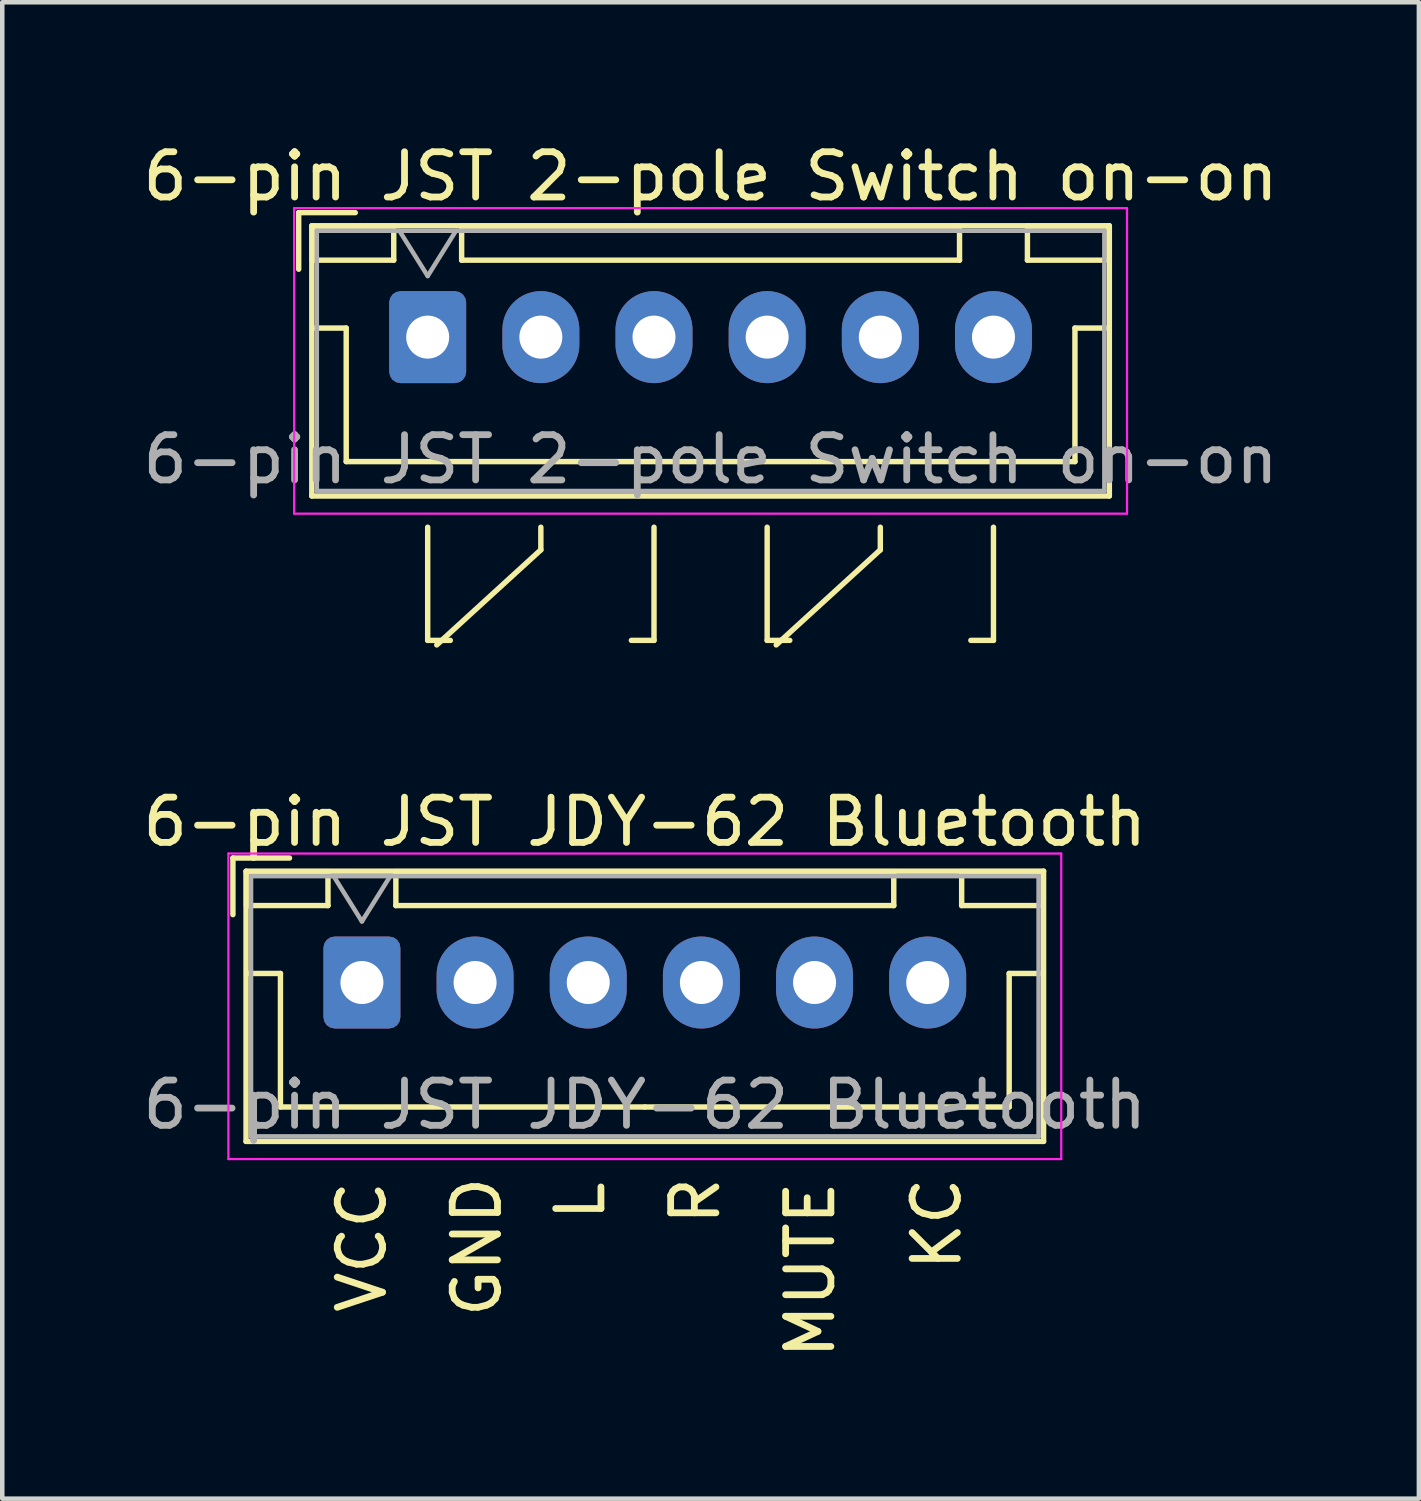
<source format=kicad_pcb>
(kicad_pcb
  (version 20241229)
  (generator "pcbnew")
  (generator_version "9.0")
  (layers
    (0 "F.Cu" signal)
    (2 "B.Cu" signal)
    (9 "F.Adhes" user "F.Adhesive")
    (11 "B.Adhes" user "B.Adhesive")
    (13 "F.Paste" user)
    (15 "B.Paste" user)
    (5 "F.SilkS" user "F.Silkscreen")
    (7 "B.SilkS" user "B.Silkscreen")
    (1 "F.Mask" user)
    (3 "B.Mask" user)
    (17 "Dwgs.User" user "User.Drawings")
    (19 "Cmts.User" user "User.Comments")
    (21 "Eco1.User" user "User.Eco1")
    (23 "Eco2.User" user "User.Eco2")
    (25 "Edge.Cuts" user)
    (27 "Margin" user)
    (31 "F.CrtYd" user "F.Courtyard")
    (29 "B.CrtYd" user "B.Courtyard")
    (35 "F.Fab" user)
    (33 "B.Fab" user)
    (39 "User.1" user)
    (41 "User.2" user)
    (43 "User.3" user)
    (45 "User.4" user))
  (footprint "6-pin JST 2-pole Switch on-on"
    (layer "F.Cu")
    (at 6.399 4.398)
    (property "Reference" "6-pin JST 2-pole Switch on-on" (at 6.25 -3.55 0) (layer "F.SilkS") (effects (font (size 1 1) (thickness 0.15))))
    (attr through_hole)
    (fp_line (start -2.85 -2.75) (end -2.85 -1.5) (stroke (width 0.12) (type solid)) (layer "F.SilkS"))
    (fp_line (start -2.56 -2.46) (end -2.56 3.51) (stroke (width 0.12) (type solid)) (layer "F.SilkS"))
    (fp_line (start -2.56 3.51) (end 15.06 3.51) (stroke (width 0.12) (type solid)) (layer "F.SilkS"))
    (fp_line (start -2.55 -2.45) (end -2.55 -1.7) (stroke (width 0.12) (type solid)) (layer "F.SilkS"))
    (fp_line (start -2.55 -1.7) (end -0.75 -1.7) (stroke (width 0.12) (type solid)) (layer "F.SilkS"))
    (fp_line (start -2.55 -0.2) (end -1.8 -0.2) (stroke (width 0.12) (type solid)) (layer "F.SilkS"))
    (fp_line (start -1.8 -0.2) (end -1.8 2.75) (stroke (width 0.12) (type solid)) (layer "F.SilkS"))
    (fp_line (start -1.8 2.75) (end 6.25 2.75) (stroke (width 0.12) (type solid)) (layer "F.SilkS"))
    (fp_line (start -1.6 -2.75) (end -2.85 -2.75) (stroke (width 0.12) (type solid)) (layer "F.SilkS"))
    (fp_line (start -0.75 -2.45) (end -2.55 -2.45) (stroke (width 0.12) (type solid)) (layer "F.SilkS"))
    (fp_line (start -0.75 -1.7) (end -0.75 -2.45) (stroke (width 0.12) (type solid)) (layer "F.SilkS"))
    (fp_line (start 0 4.2) (end 0 6.7) (stroke (width 0.12) (type default)) (layer "F.SilkS"))
    (fp_line (start 0 6.7) (end 0.5 6.7) (stroke (width 0.12) (type default)) (layer "F.SilkS"))
    (fp_line (start 0.75 -2.45) (end 0.75 -1.7) (stroke (width 0.12) (type solid)) (layer "F.SilkS"))
    (fp_line (start 0.75 -1.7) (end 11.75 -1.7) (stroke (width 0.12) (type solid)) (layer "F.SilkS"))
    (fp_line (start 2.5 4.2) (end 2.5 4.7) (stroke (width 0.12) (type default)) (layer "F.SilkS"))
    (fp_line (start 2.5 4.7) (end 0.2 6.8) (stroke (width 0.12) (type default)) (layer "F.SilkS"))
    (fp_line (start 5 4.2) (end 5 6.7) (stroke (width 0.12) (type default)) (layer "F.SilkS"))
    (fp_line (start 5 6.7) (end 4.5 6.7) (stroke (width 0.12) (type default)) (layer "F.SilkS"))
    (fp_line (start 7.5 4.2) (end 7.5 6.7) (stroke (width 0.12) (type default)) (layer "F.SilkS"))
    (fp_line (start 7.5 6.7) (end 8 6.7) (stroke (width 0.12) (type default)) (layer "F.SilkS"))
    (fp_line (start 10 4.2) (end 10 4.7) (stroke (width 0.12) (type default)) (layer "F.SilkS"))
    (fp_line (start 10 4.7) (end 7.7 6.8) (stroke (width 0.12) (type default)) (layer "F.SilkS"))
    (fp_line (start 11.75 -2.45) (end 0.75 -2.45) (stroke (width 0.12) (type solid)) (layer "F.SilkS"))
    (fp_line (start 11.75 -1.7) (end 11.75 -2.45) (stroke (width 0.12) (type solid)) (layer "F.SilkS"))
    (fp_line (start 12.5 4.2) (end 12.5 6.7) (stroke (width 0.12) (type default)) (layer "F.SilkS"))
    (fp_line (start 12.5 6.7) (end 12 6.7) (stroke (width 0.12) (type default)) (layer "F.SilkS"))
    (fp_line (start 13.25 -2.45) (end 13.25 -1.7) (stroke (width 0.12) (type solid)) (layer "F.SilkS"))
    (fp_line (start 13.25 -1.7) (end 15.05 -1.7) (stroke (width 0.12) (type solid)) (layer "F.SilkS"))
    (fp_line (start 14.3 -0.2) (end 14.3 2.75) (stroke (width 0.12) (type solid)) (layer "F.SilkS"))
    (fp_line (start 14.3 2.75) (end 6.25 2.75) (stroke (width 0.12) (type solid)) (layer "F.SilkS"))
    (fp_line (start 15.05 -2.45) (end 13.25 -2.45) (stroke (width 0.12) (type solid)) (layer "F.SilkS"))
    (fp_line (start 15.05 -1.7) (end 15.05 -2.45) (stroke (width 0.12) (type solid)) (layer "F.SilkS"))
    (fp_line (start 15.05 -0.2) (end 14.3 -0.2) (stroke (width 0.12) (type solid)) (layer "F.SilkS"))
    (fp_line (start 15.06 -2.46) (end -2.56 -2.46) (stroke (width 0.12) (type solid)) (layer "F.SilkS"))
    (fp_line (start 15.06 3.51) (end 15.06 -2.46) (stroke (width 0.12) (type solid)) (layer "F.SilkS"))
    (fp_line (start -2.95 -2.85) (end -2.95 3.9) (stroke (width 0.05) (type solid)) (layer "F.CrtYd"))
    (fp_line (start -2.95 3.9) (end 15.45 3.9) (stroke (width 0.05) (type solid)) (layer "F.CrtYd"))
    (fp_line (start 15.45 -2.85) (end -2.95 -2.85) (stroke (width 0.05) (type solid)) (layer "F.CrtYd"))
    (fp_line (start 15.45 3.9) (end 15.45 -2.85) (stroke (width 0.05) (type solid)) (layer "F.CrtYd"))
    (fp_line (start -2.45 -2.35) (end -2.45 3.4) (stroke (width 0.1) (type solid)) (layer "F.Fab"))
    (fp_line (start -2.45 3.4) (end 14.95 3.4) (stroke (width 0.1) (type solid)) (layer "F.Fab"))
    (fp_line (start -0.625 -2.35) (end 0 -1.35) (stroke (width 0.1) (type solid)) (layer "F.Fab"))
    (fp_line (start 0 -1.35) (end 0.625 -2.35) (stroke (width 0.1) (type solid)) (layer "F.Fab"))
    (fp_line (start 14.95 -2.35) (end -2.45 -2.35) (stroke (width 0.1) (type solid)) (layer "F.Fab"))
    (fp_line (start 14.95 3.4) (end 14.95 -2.35) (stroke (width 0.1) (type solid)) (layer "F.Fab"))
    (fp_text user "${REFERENCE}" (at 6.25 2.7 0) (layer "F.Fab") (effects (font (size 1 1) (thickness 0.15))))
    (pad "1" thru_hole roundrect (at 0 0) (size 1.7 2.032) (drill 0.95) (layers "*.Cu" "*.Mask") (roundrect_rratio 0.147))
    (pad "2" thru_hole oval (at 2.5 0) (size 1.7 2.032) (drill 0.95) (layers "*.Cu" "*.Mask"))
    (pad "3" thru_hole oval (at 5 0) (size 1.7 2.032) (drill 0.95) (layers "*.Cu" "*.Mask"))
    (pad "4" thru_hole oval (at 7.5 0) (size 1.7 2.032) (drill 0.95) (layers "*.Cu" "*.Mask"))
    (pad "5" thru_hole oval (at 10 0) (size 1.7 2.032) (drill 0.95) (layers "*.Cu" "*.Mask"))
    (pad "6" thru_hole oval (at 12.5 0) (size 1.7 2.032) (drill 0.95) (layers "*.Cu" "*.Mask")))
  (footprint "6-pin JST JDY-62 Bluetooth"
    (layer "F.Cu")
    (at 4.946 18.657)
    (property "Reference" "6-pin JST JDY-62 Bluetooth" (at 6.25 -3.55 0) (layer "F.SilkS") (effects (font (size 1 1) (thickness 0.15))))
    (attr through_hole)
    (fp_line (start -2.85 -2.75) (end -2.85 -1.5) (stroke (width 0.12) (type solid)) (layer "F.SilkS"))
    (fp_line (start -2.56 -2.46) (end -2.56 3.51) (stroke (width 0.12) (type solid)) (layer "F.SilkS"))
    (fp_line (start -2.56 3.51) (end 15.06 3.51) (stroke (width 0.12) (type solid)) (layer "F.SilkS"))
    (fp_line (start -2.55 -2.45) (end -2.55 -1.7) (stroke (width 0.12) (type solid)) (layer "F.SilkS"))
    (fp_line (start -2.55 -1.7) (end -0.75 -1.7) (stroke (width 0.12) (type solid)) (layer "F.SilkS"))
    (fp_line (start -2.55 -0.2) (end -1.8 -0.2) (stroke (width 0.12) (type solid)) (layer "F.SilkS"))
    (fp_line (start -1.8 -0.2) (end -1.8 2.75) (stroke (width 0.12) (type solid)) (layer "F.SilkS"))
    (fp_line (start -1.8 2.75) (end 6.25 2.75) (stroke (width 0.12) (type solid)) (layer "F.SilkS"))
    (fp_line (start -1.6 -2.75) (end -2.85 -2.75) (stroke (width 0.12) (type solid)) (layer "F.SilkS"))
    (fp_line (start -0.75 -2.45) (end -2.55 -2.45) (stroke (width 0.12) (type solid)) (layer "F.SilkS"))
    (fp_line (start -0.75 -1.7) (end -0.75 -2.45) (stroke (width 0.12) (type solid)) (layer "F.SilkS"))
    (fp_line (start 0.75 -2.45) (end 0.75 -1.7) (stroke (width 0.12) (type solid)) (layer "F.SilkS"))
    (fp_line (start 0.75 -1.7) (end 11.75 -1.7) (stroke (width 0.12) (type solid)) (layer "F.SilkS"))
    (fp_line (start 11.75 -2.45) (end 0.75 -2.45) (stroke (width 0.12) (type solid)) (layer "F.SilkS"))
    (fp_line (start 11.75 -1.7) (end 11.75 -2.45) (stroke (width 0.12) (type solid)) (layer "F.SilkS"))
    (fp_line (start 13.25 -2.45) (end 13.25 -1.7) (stroke (width 0.12) (type solid)) (layer "F.SilkS"))
    (fp_line (start 13.25 -1.7) (end 15.05 -1.7) (stroke (width 0.12) (type solid)) (layer "F.SilkS"))
    (fp_line (start 14.3 -0.2) (end 14.3 2.75) (stroke (width 0.12) (type solid)) (layer "F.SilkS"))
    (fp_line (start 14.3 2.75) (end 6.25 2.75) (stroke (width 0.12) (type solid)) (layer "F.SilkS"))
    (fp_line (start 15.05 -2.45) (end 13.25 -2.45) (stroke (width 0.12) (type solid)) (layer "F.SilkS"))
    (fp_line (start 15.05 -1.7) (end 15.05 -2.45) (stroke (width 0.12) (type solid)) (layer "F.SilkS"))
    (fp_line (start 15.05 -0.2) (end 14.3 -0.2) (stroke (width 0.12) (type solid)) (layer "F.SilkS"))
    (fp_line (start 15.06 -2.46) (end -2.56 -2.46) (stroke (width 0.12) (type solid)) (layer "F.SilkS"))
    (fp_line (start 15.06 3.51) (end 15.06 -2.46) (stroke (width 0.12) (type solid)) (layer "F.SilkS"))
    (fp_line (start -2.95 -2.85) (end -2.95 3.9) (stroke (width 0.05) (type solid)) (layer "F.CrtYd"))
    (fp_line (start -2.95 3.9) (end 15.45 3.9) (stroke (width 0.05) (type solid)) (layer "F.CrtYd"))
    (fp_line (start 15.45 -2.85) (end -2.95 -2.85) (stroke (width 0.05) (type solid)) (layer "F.CrtYd"))
    (fp_line (start 15.45 3.9) (end 15.45 -2.85) (stroke (width 0.05) (type solid)) (layer "F.CrtYd"))
    (fp_line (start -2.45 -2.35) (end -2.45 3.4) (stroke (width 0.1) (type solid)) (layer "F.Fab"))
    (fp_line (start -2.45 3.4) (end 14.95 3.4) (stroke (width 0.1) (type solid)) (layer "F.Fab"))
    (fp_line (start -0.625 -2.35) (end 0 -1.35) (stroke (width 0.1) (type solid)) (layer "F.Fab"))
    (fp_line (start 0 -1.35) (end 0.625 -2.35) (stroke (width 0.1) (type solid)) (layer "F.Fab"))
    (fp_line (start 14.95 -2.35) (end -2.45 -2.35) (stroke (width 0.1) (type solid)) (layer "F.Fab"))
    (fp_line (start 14.95 3.4) (end 14.95 -2.35) (stroke (width 0.1) (type solid)) (layer "F.Fab"))
    (fp_text user "VCC" (at 0 5.842 90) (unlocked yes) (layer "F.SilkS") (effects (font (size 1 1) (thickness 0.15))))
    (fp_text user "MUTE" (at 9.906 6.35 90) (unlocked yes) (layer "F.SilkS") (effects (font (size 1 1) (thickness 0.15))))
    (fp_text user "R" (at 7.366 4.826 90) (unlocked yes) (layer "F.SilkS") (effects (font (size 1 1) (thickness 0.15))))
    (fp_text user "GND" (at 2.54 5.842 90) (unlocked yes) (layer "F.SilkS") (effects (font (size 1 1) (thickness 0.15))))
    (fp_text user "L" (at 4.826 4.826 90) (unlocked yes) (layer "F.SilkS") (effects (font (size 1 1) (thickness 0.15))))
    (fp_text user "KC" (at 12.7 5.334 90) (unlocked yes) (layer "F.SilkS") (effects (font (size 1 1) (thickness 0.15))))
    (fp_text user "${REFERENCE}" (at 6.25 2.7 0) (layer "F.Fab") (effects (font (size 1 1) (thickness 0.15))))
    (pad "1" thru_hole roundrect (at 0 0) (size 1.7 2.032) (drill 0.95) (layers "*.Cu" "*.Mask") (roundrect_rratio 0.147))
    (pad "2" thru_hole oval (at 2.5 0) (size 1.7 2.032) (drill 0.95) (layers "*.Cu" "*.Mask"))
    (pad "3" thru_hole oval (at 5 0) (size 1.7 2.032) (drill 0.95) (layers "*.Cu" "*.Mask"))
    (pad "4" thru_hole oval (at 7.5 0) (size 1.7 2.032) (drill 0.95) (layers "*.Cu" "*.Mask"))
    (pad "5" thru_hole oval (at 10 0) (size 1.7 2.032) (drill 0.95) (layers "*.Cu" "*.Mask"))
    (pad "6" thru_hole oval (at 12.5 0) (size 1.7 2.032) (drill 0.95) (layers "*.Cu" "*.Mask")))
  (gr_rect
    (start -3 -3)
    (end 28.298 30.06)
    (stroke (width 0.1) (type default))
    (fill no)
    (layer "Edge.Cuts")))
</source>
